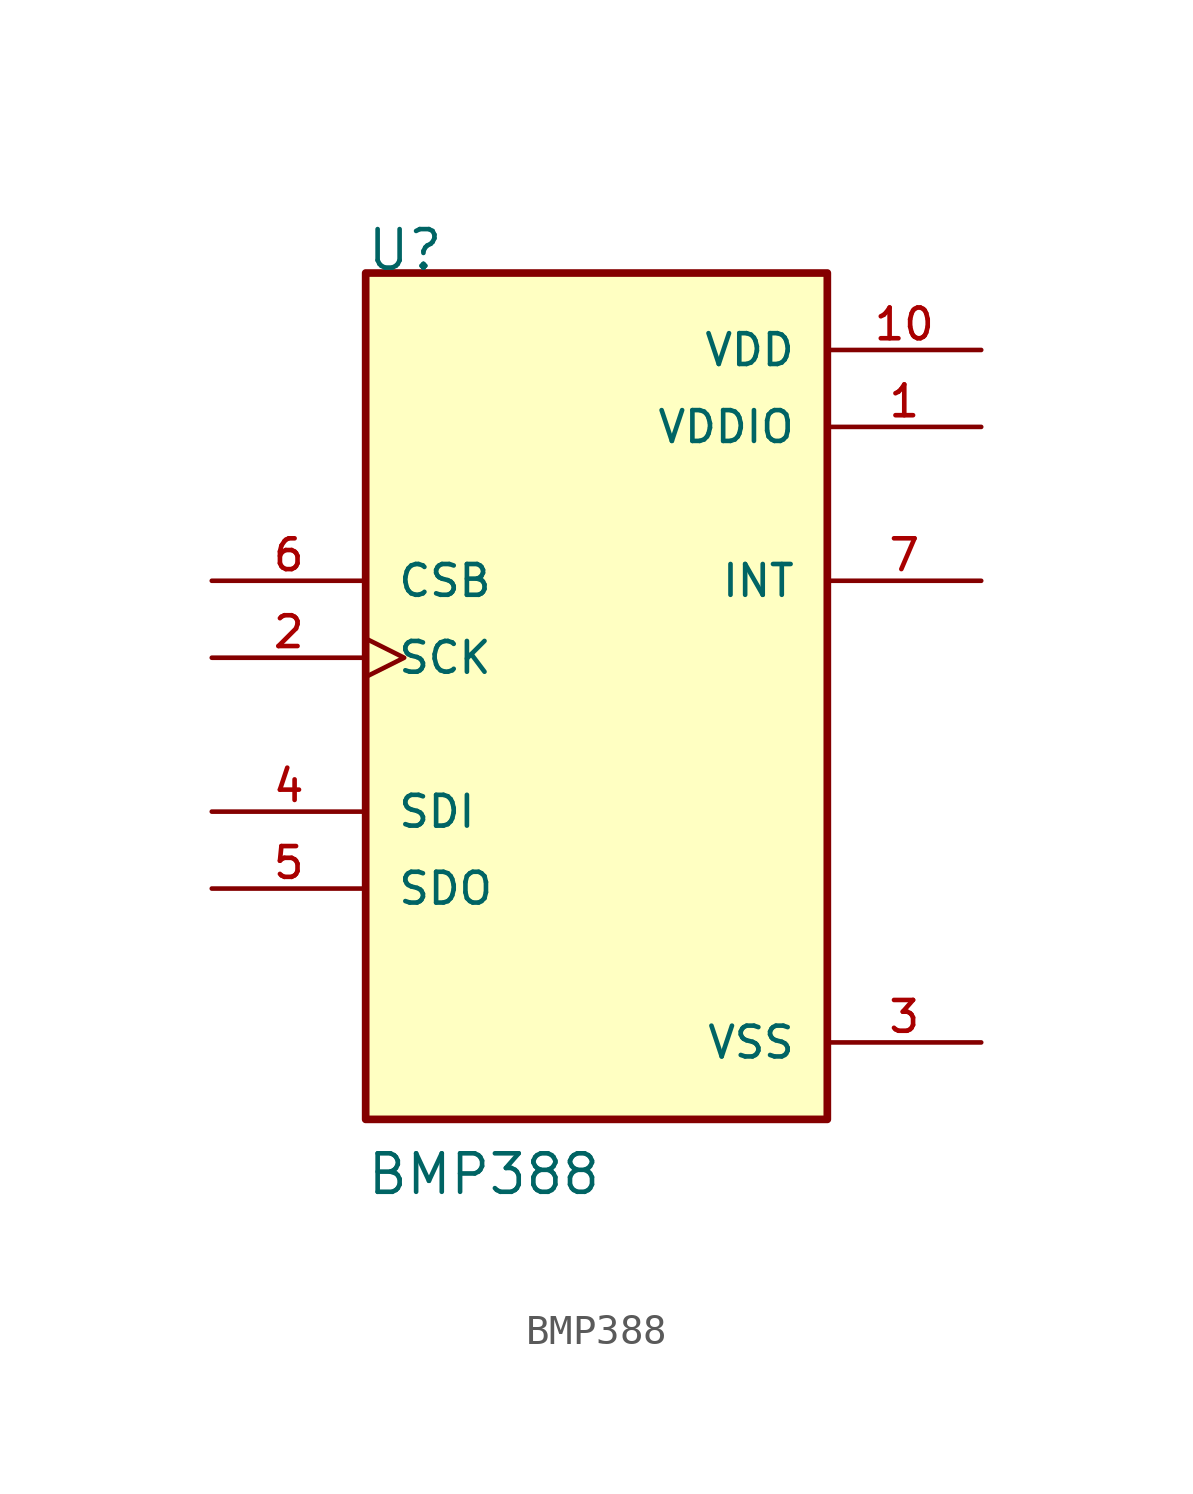
<source format=kicad_sym>
(kicad_symbol_lib
  (version 20211014)
  (generator kicad_symbol_editor)
  (symbol "BMP388"
    (pin_names
      (offset 1.016))
    (property "Reference" "U"
      (at -7.628 15.256 0)
      (effects (font (size 1.27 1.27)) (justify bottom left)))
    (property "Value" "BMP388"
      (at -7.627 -15.254 0)
      (effects (font (size 1.27 1.27)) (justify bottom left)))
    (symbol "BMP388_0_0"
      (rectangle (start -7.62 -12.7) (end 7.62 15.24) (stroke (width 0.254)) (fill (type background)))
      (pin power_in line (at 12.7 10.16 180.0) (length 5.08) (name "VDDIO" (effects (font (size 1.016 1.016)))) (number "1" (effects (font (size 1.016 1.016)))))
      (pin input clock (at -12.7 2.54 0) (length 5.08) (name "SCK" (effects (font (size 1.016 1.016)))) (number "2" (effects (font (size 1.016 1.016)))))
      (pin power_in line (at 12.7 -10.16 180.0) (length 5.08) (name "VSS" (effects (font (size 1.016 1.016)))) (number "3" (effects (font (size 1.016 1.016)))))
      (pin power_in line (at 12.7 -10.16 180.0) (length 5.08) hide (name "VSS" (effects (font (size 1.016 1.016)))) (number "8" (effects (font (size 1.016 1.016)))))
      (pin power_in line (at 12.7 -10.16 180.0) (length 5.08) hide (name "VSS" (effects (font (size 1.016 1.016)))) (number "9" (effects (font (size 1.016 1.016)))))
      (pin bidirectional line (at -12.7 -2.54 0) (length 5.08) (name "SDI" (effects (font (size 1.016 1.016)))) (number "4" (effects (font (size 1.016 1.016)))))
      (pin bidirectional line (at -12.7 -5.08 0) (length 5.08) (name "SDO" (effects (font (size 1.016 1.016)))) (number "5" (effects (font (size 1.016 1.016)))))
      (pin input line (at -12.7 5.08 0) (length 5.08) (name "CSB" (effects (font (size 1.016 1.016)))) (number "6" (effects (font (size 1.016 1.016)))))
      (pin output line (at 12.7 5.08 180.0) (length 5.08) (name "INT" (effects (font (size 1.016 1.016)))) (number "7" (effects (font (size 1.016 1.016)))))
      (pin power_in line (at 12.7 12.7 180.0) (length 5.08) (name "VDD" (effects (font (size 1.016 1.016)))) (number "10" (effects (font (size 1.016 1.016))))))))
</source>
